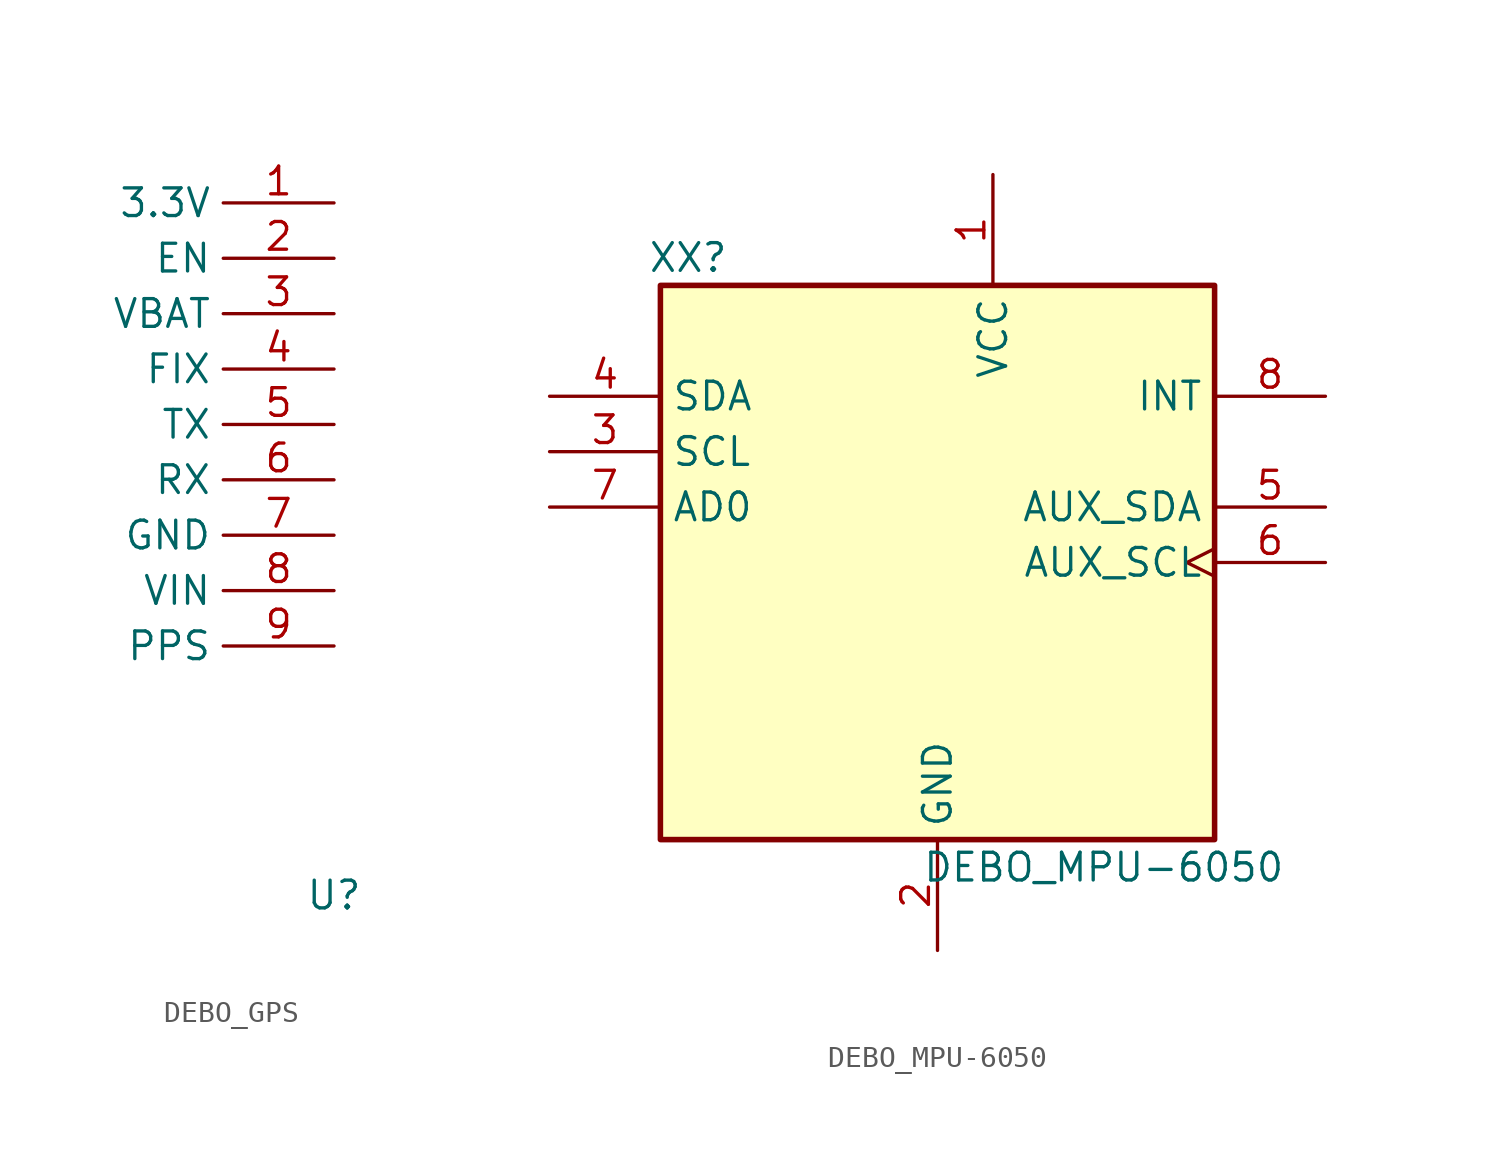
<source format=kicad_sym>
(kicad_symbol_lib
  (version 20231120)
  (generator "kicad_symbol_editor")
  (generator_version "8.0")
  (symbol "DEBO_GPS"
    (property "Reference" "U"
      (at 0 0 0)
      (effects (font (size 1.27 1.27))))
    (property "Value" ""
      (at 0 0 0)
      (effects (font (size 1.27 1.27))))
    (symbol "DEBO_GPS_1_1"
      (pin power_out line (at 0 31.75 180) (length 5.08) (name "3.3V" (effects (font (size 1.27 1.27)))) (number "1" (effects (font (size 1.27 1.27)))))
      (pin input line (at 0 29.21 180) (length 5.08) (name "EN" (effects (font (size 1.27 1.27)))) (number "2" (effects (font (size 1.27 1.27)))))
      (pin unspecified line (at 0 26.67 180) (length 5.08) (name "VBAT" (effects (font (size 1.27 1.27)))) (number "3" (effects (font (size 1.27 1.27)))))
      (pin output line (at 0 24.13 180) (length 5.08) (name "FIX" (effects (font (size 1.27 1.27)))) (number "4" (effects (font (size 1.27 1.27)))))
      (pin output line (at 0 21.59 180) (length 5.08) (name "TX" (effects (font (size 1.27 1.27)))) (number "5" (effects (font (size 1.27 1.27)))))
      (pin input line (at 0 19.05 180) (length 5.08) (name "RX" (effects (font (size 1.27 1.27)))) (number "6" (effects (font (size 1.27 1.27)))))
      (pin power_in line (at 0 16.51 180) (length 5.08) (name "GND" (effects (font (size 1.27 1.27)))) (number "7" (effects (font (size 1.27 1.27)))))
      (pin power_in line (at 0 13.97 180) (length 5.08) (name "VIN" (effects (font (size 1.27 1.27)))) (number "8" (effects (font (size 1.27 1.27)))))
      (pin output line (at 0 11.43 180) (length 5.08) (name "PPS" (effects (font (size 1.27 1.27)))) (number "9" (effects (font (size 1.27 1.27)))))))
  (symbol "DEBO_MPU-6050"
    (property "Reference" "XX"
      (at -11.43 13.97 0)
      (effects (font (size 1.27 1.27))))
    (property "Value" "DEBO_MPU-6050"
      (at 7.62 -13.97 0)
      (effects (font (size 1.27 1.27))))
    (symbol "DEBO_MPU-6050_0_1"
      (rectangle (start -12.7 12.7) (end 12.7 -12.7) (stroke (width 0.254) (type default)) (fill (type background))))
    (symbol "DEBO_MPU-6050_1_1"
      (pin power_in line (at 2.54 17.78 270) (length 5.08) (name "VCC" (effects (font (size 1.27 1.27)))) (number "1" (effects (font (size 1.27 1.27)))))
      (pin power_in line (at 0 -17.78 90) (length 5.08) (name "GND" (effects (font (size 1.27 1.27)))) (number "2" (effects (font (size 1.27 1.27)))))
      (pin input line (at -17.78 5.08 0) (length 5.08) (name "SCL" (effects (font (size 1.27 1.27)))) (number "3" (effects (font (size 1.27 1.27)))))
      (pin bidirectional line (at -17.78 7.62 0) (length 5.08) (name "SDA" (effects (font (size 1.27 1.27)))) (number "4" (effects (font (size 1.27 1.27)))))
      (pin bidirectional line (at 17.78 2.54 180) (length 5.08) (name "AUX_SDA" (effects (font (size 1.27 1.27)))) (number "5" (effects (font (size 1.27 1.27)))))
      (pin output clock (at 17.78 0 180) (length 5.08) (name "AUX_SCL" (effects (font (size 1.27 1.27)))) (number "6" (effects (font (size 1.27 1.27)))))
      (pin input line (at -17.78 2.54 0) (length 5.08) (name "AD0" (effects (font (size 1.27 1.27)))) (number "7" (effects (font (size 1.27 1.27)))))
      (pin output line (at 17.78 7.62 180) (length 5.08) (name "INT" (effects (font (size 1.27 1.27)))) (number "8" (effects (font (size 1.27 1.27))))))))
</source>
